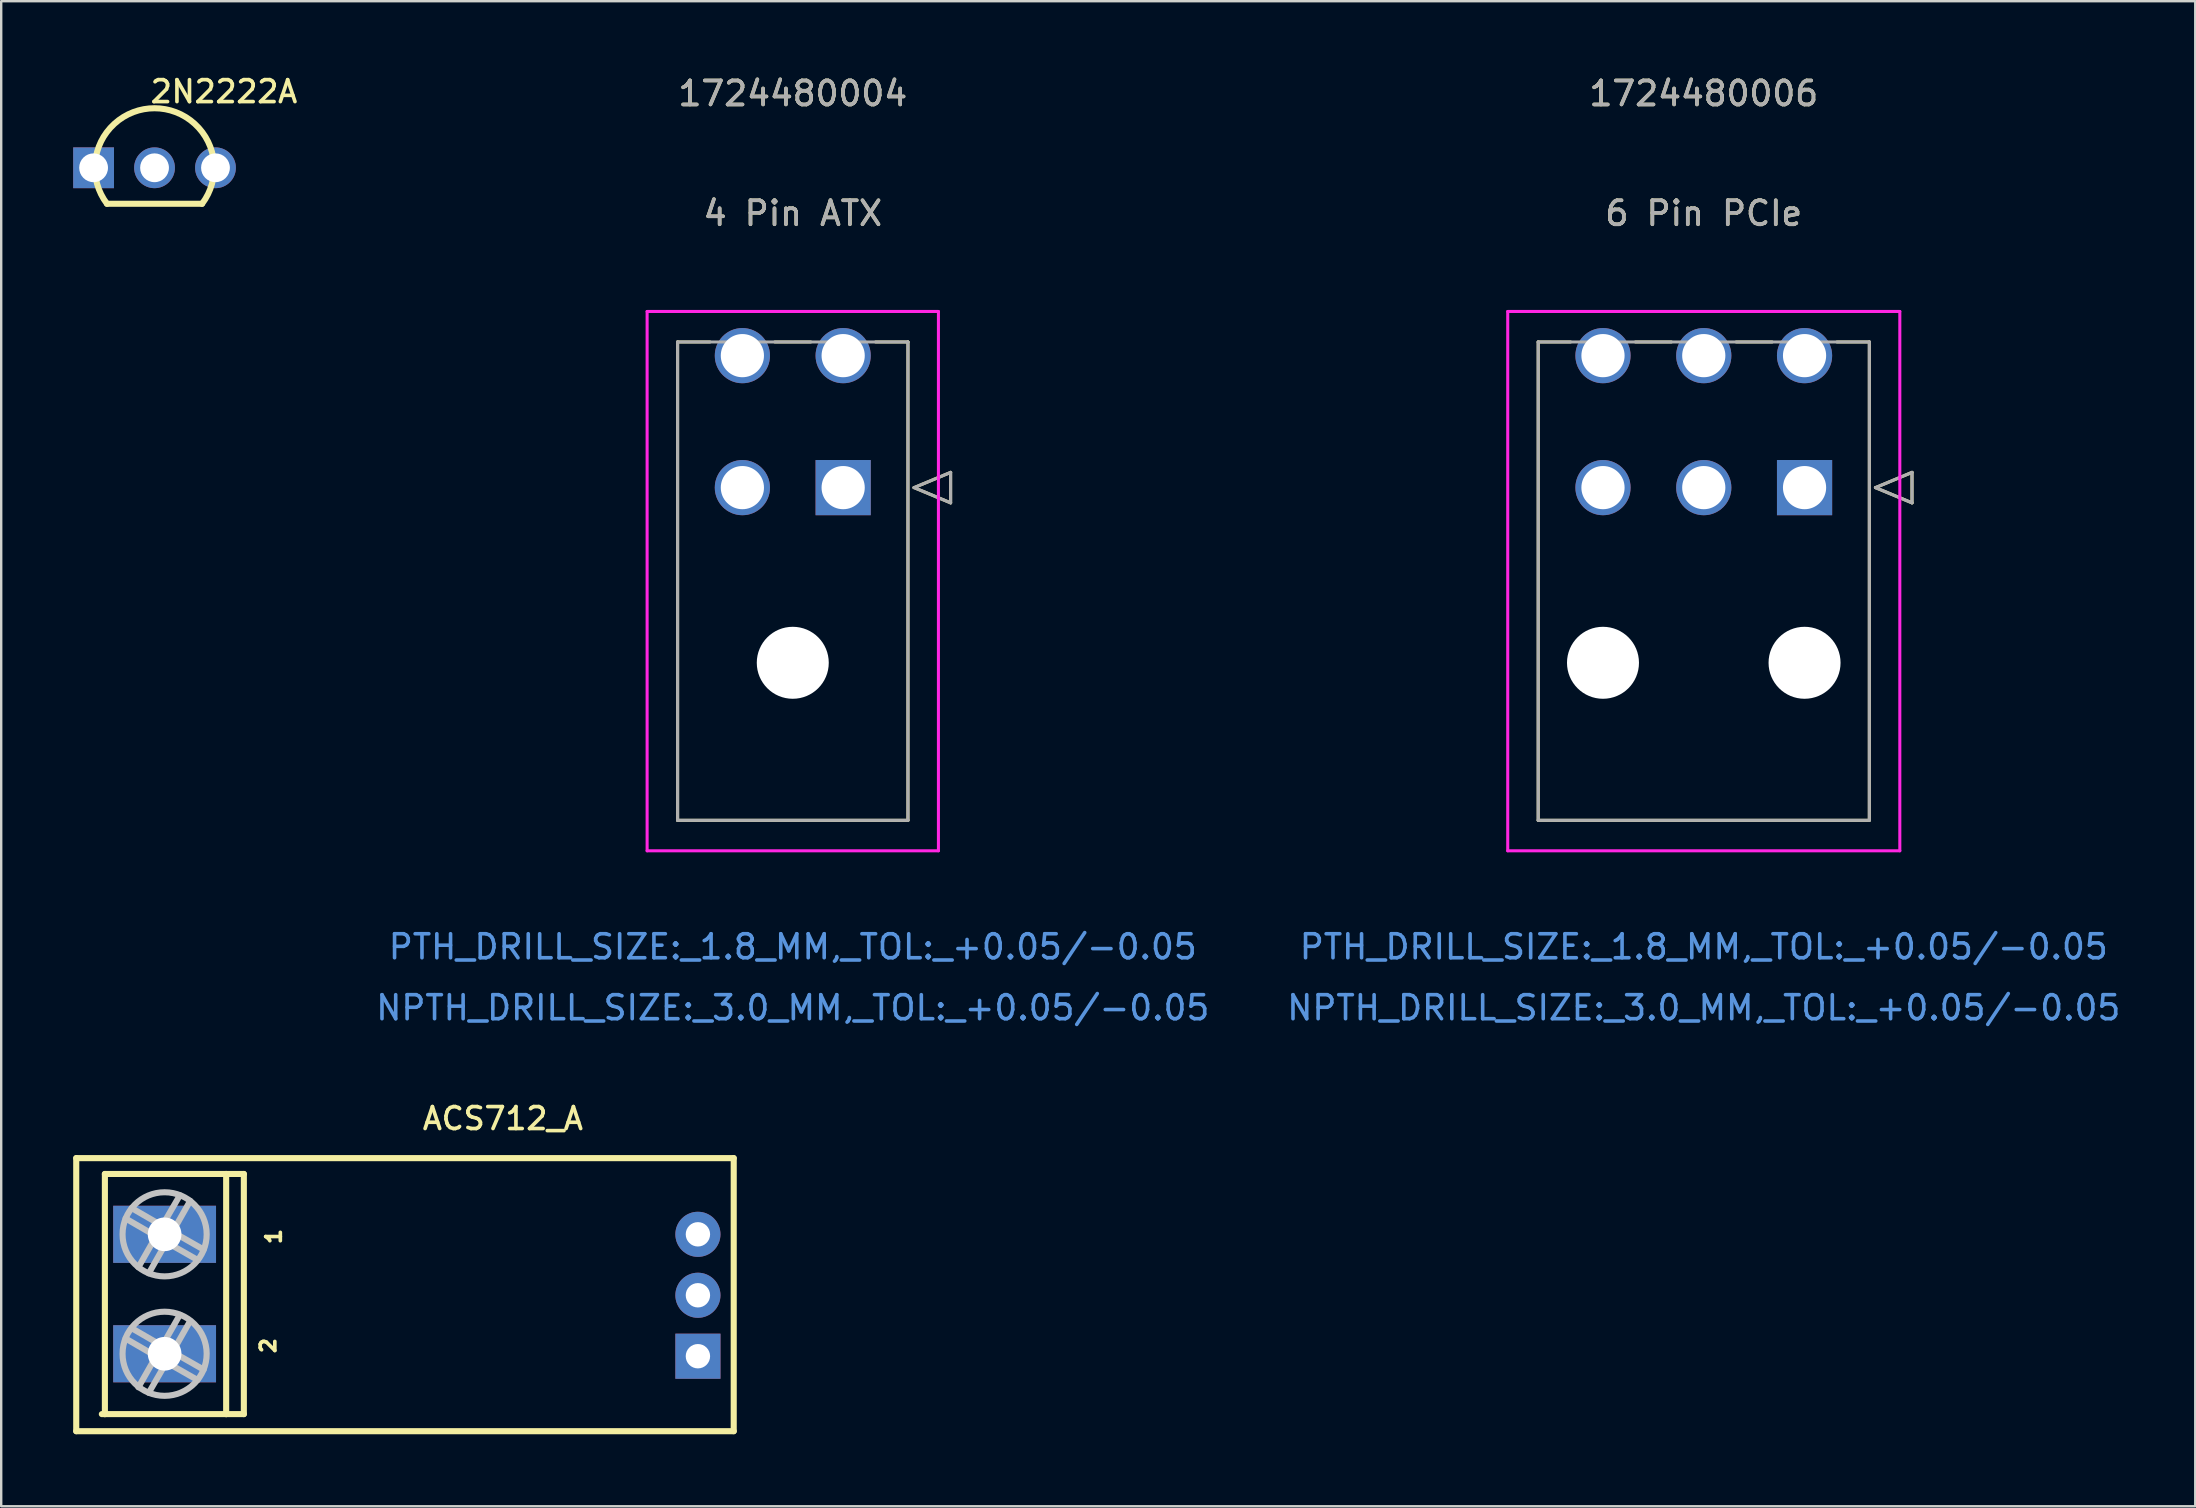
<source format=kicad_pcb>
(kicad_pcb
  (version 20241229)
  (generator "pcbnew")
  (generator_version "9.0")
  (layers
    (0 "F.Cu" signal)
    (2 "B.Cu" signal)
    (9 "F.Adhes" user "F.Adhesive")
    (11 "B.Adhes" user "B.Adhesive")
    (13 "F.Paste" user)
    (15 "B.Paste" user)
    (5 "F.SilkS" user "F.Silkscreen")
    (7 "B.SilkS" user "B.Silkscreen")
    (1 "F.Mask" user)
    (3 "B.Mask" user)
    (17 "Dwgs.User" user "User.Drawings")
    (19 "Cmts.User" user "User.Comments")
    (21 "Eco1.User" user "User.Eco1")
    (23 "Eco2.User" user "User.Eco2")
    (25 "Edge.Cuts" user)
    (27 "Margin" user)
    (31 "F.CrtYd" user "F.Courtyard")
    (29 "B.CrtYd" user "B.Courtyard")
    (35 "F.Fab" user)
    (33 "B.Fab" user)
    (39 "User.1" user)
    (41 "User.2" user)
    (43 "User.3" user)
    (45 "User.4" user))
  (footprint "6 Pin PCIe"
    (layer "F.Cu")
    (at 72.153 17.271)
    (property "Reference" "6 Pin PCIe" (at -4.2 -11.43 0) (unlocked yes) (layer "F.SilkS") (effects (font (size 1 1) (thickness 0.15))))
    (attr through_hole)
    (fp_line (start -11.1 -6.07) (end -11.1 13.865) (stroke (width 0.127) (type solid)) (layer "F.SilkS"))
    (fp_line (start -11.1 13.865) (end 2.7 13.865) (stroke (width 0.127) (type solid)) (layer "F.SilkS"))
    (fp_line (start -9.752 -6.07) (end -11.1 -6.07) (stroke (width 0.127) (type solid)) (layer "F.SilkS"))
    (fp_line (start -5.552 -6.07) (end -7.048 -6.07) (stroke (width 0.127) (type solid)) (layer "F.SilkS"))
    (fp_line (start -1.352 -6.07) (end -2.848 -6.07) (stroke (width 0.127) (type solid)) (layer "F.SilkS"))
    (fp_line (start 2.7 -6.07) (end 1.352 -6.07) (stroke (width 0.127) (type solid)) (layer "F.SilkS"))
    (fp_line (start 2.7 13.865) (end 2.7 -6.07) (stroke (width 0.127) (type solid)) (layer "F.SilkS"))
    (fp_line (start 2.954 0) (end 4.478 -0.635) (stroke (width 0.127) (type solid)) (layer "F.SilkS"))
    (fp_line (start 4.478 -0.635) (end 4.478 0.635) (stroke (width 0.127) (type solid)) (layer "F.SilkS"))
    (fp_line (start 4.478 0.635) (end 2.954 0) (stroke (width 0.127) (type solid)) (layer "F.SilkS"))
    (fp_line (start -12.37 -7.34) (end -12.37 15.135) (stroke (width 0.127) (type solid)) (layer "F.CrtYd"))
    (fp_line (start -12.37 15.135) (end 3.97 15.135) (stroke (width 0.127) (type solid)) (layer "F.CrtYd"))
    (fp_line (start 3.97 -7.34) (end -12.37 -7.34) (stroke (width 0.127) (type solid)) (layer "F.CrtYd"))
    (fp_line (start 3.97 15.135) (end 3.97 -7.34) (stroke (width 0.127) (type solid)) (layer "F.CrtYd"))
    (fp_line (start -11.1 -6.07) (end -11.1 13.865) (stroke (width 0.127) (type solid)) (layer "F.Fab"))
    (fp_line (start -11.1 13.865) (end 2.7 13.865) (stroke (width 0.127) (type solid)) (layer "F.Fab"))
    (fp_line (start 2.7 -6.07) (end -11.1 -6.07) (stroke (width 0.127) (type solid)) (layer "F.Fab"))
    (fp_line (start 2.7 13.865) (end 2.7 -6.07) (stroke (width 0.127) (type solid)) (layer "F.Fab"))
    (fp_line (start 2.954 0) (end 4.478 -0.635) (stroke (width 0.127) (type solid)) (layer "F.Fab"))
    (fp_line (start 4.478 -0.635) (end 4.478 0.635) (stroke (width 0.127) (type solid)) (layer "F.Fab"))
    (fp_line (start 4.478 0.635) (end 2.954 0) (stroke (width 0.127) (type solid)) (layer "F.Fab"))
    (fp_text user "1724480006" (at -4.2 -16.423 0) (unlocked yes) (layer "F.SilkS") (effects (font (size 1 1) (thickness 0.15))))
    (fp_text user "NPTH_DRILL_SIZE:_3.0_MM,_TOL:_+0.05/-0.05" (at -4.2 21.677 0) (unlocked yes) (layer "Cmts.User") (effects (font (size 1 1) (thickness 0.15))))
    (fp_text user "PTH_DRILL_SIZE:_1.8_MM,_TOL:_+0.05/-0.05" (at -4.2 19.137 0) (unlocked yes) (layer "Cmts.User") (effects (font (size 1 1) (thickness 0.15))))
    (fp_text user "1724480006" (at -4.2 -16.423 0) (unlocked yes) (layer "F.Fab") (effects (font (size 1 1) (thickness 0.15))))
    (fp_text user "${REFERENCE}" (at -4.2 -11.43 0) (unlocked yes) (layer "F.Fab") (effects (font (size 1 1) (thickness 0.15))))
    (pad "" np_thru_hole circle (at -8.4 7.3) (size 3 3) (drill 3) (layers "*.Cu" "*.Mask"))
    (pad "" np_thru_hole circle (at 0 7.3) (size 3 3) (drill 3) (layers "*.Cu" "*.Mask"))
    (pad "1" thru_hole rect (at 0 0) (size 2.3 2.3) (drill 1.8) (layers "*.Cu" "*.Mask"))
    (pad "2" thru_hole circle (at -4.2 0) (size 2.3 2.3) (drill 1.8) (layers "*.Cu" "*.Mask"))
    (pad "3" thru_hole circle (at -8.4 0) (size 2.3 2.3) (drill 1.8) (layers "*.Cu" "*.Mask"))
    (pad "4" thru_hole circle (at 0 -5.5) (size 2.3 2.3) (drill 1.8) (layers "*.Cu" "*.Mask"))
    (pad "5" thru_hole circle (at -4.2 -5.5) (size 2.3 2.3) (drill 1.8) (layers "*.Cu" "*.Mask"))
    (pad "6" thru_hole circle (at -8.4 -5.5) (size 2.3 2.3) (drill 1.8) (layers "*.Cu" "*.Mask")))
  (footprint "4 Pin ATX"
    (layer "F.Cu")
    (at 32.088 17.271)
    (property "Reference" "4 Pin ATX" (at -2.1 -11.43 0) (unlocked yes) (layer "F.SilkS") (effects (font (size 1 1) (thickness 0.15))))
    (attr through_hole)
    (fp_line (start -6.9 -6.07) (end -6.9 13.865) (stroke (width 0.127) (type solid)) (layer "F.SilkS"))
    (fp_line (start -6.9 13.865) (end 2.7 13.865) (stroke (width 0.127) (type solid)) (layer "F.SilkS"))
    (fp_line (start -5.552 -6.07) (end -6.9 -6.07) (stroke (width 0.127) (type solid)) (layer "F.SilkS"))
    (fp_line (start -1.352 -6.07) (end -2.848 -6.07) (stroke (width 0.127) (type solid)) (layer "F.SilkS"))
    (fp_line (start 2.7 -6.07) (end 1.352 -6.07) (stroke (width 0.127) (type solid)) (layer "F.SilkS"))
    (fp_line (start 2.7 13.865) (end 2.7 -6.07) (stroke (width 0.127) (type solid)) (layer "F.SilkS"))
    (fp_line (start 2.954 0) (end 4.478 -0.635) (stroke (width 0.127) (type solid)) (layer "F.SilkS"))
    (fp_line (start 4.478 -0.635) (end 4.478 0.635) (stroke (width 0.127) (type solid)) (layer "F.SilkS"))
    (fp_line (start 4.478 0.635) (end 2.954 0) (stroke (width 0.127) (type solid)) (layer "F.SilkS"))
    (fp_line (start -8.17 -7.34) (end -8.17 15.135) (stroke (width 0.127) (type solid)) (layer "F.CrtYd"))
    (fp_line (start -8.17 15.135) (end 3.97 15.135) (stroke (width 0.127) (type solid)) (layer "F.CrtYd"))
    (fp_line (start 3.97 -7.34) (end -8.17 -7.34) (stroke (width 0.127) (type solid)) (layer "F.CrtYd"))
    (fp_line (start 3.97 15.135) (end 3.97 -7.34) (stroke (width 0.127) (type solid)) (layer "F.CrtYd"))
    (fp_line (start -6.9 -6.07) (end -6.9 13.865) (stroke (width 0.127) (type solid)) (layer "F.Fab"))
    (fp_line (start -6.9 13.865) (end 2.7 13.865) (stroke (width 0.127) (type solid)) (layer "F.Fab"))
    (fp_line (start 2.7 -6.07) (end -6.9 -6.07) (stroke (width 0.127) (type solid)) (layer "F.Fab"))
    (fp_line (start 2.7 13.865) (end 2.7 -6.07) (stroke (width 0.127) (type solid)) (layer "F.Fab"))
    (fp_line (start 2.954 0) (end 4.478 -0.635) (stroke (width 0.127) (type solid)) (layer "F.Fab"))
    (fp_line (start 4.478 -0.635) (end 4.478 0.635) (stroke (width 0.127) (type solid)) (layer "F.Fab"))
    (fp_line (start 4.478 0.635) (end 2.954 0) (stroke (width 0.127) (type solid)) (layer "F.Fab"))
    (fp_text user "1724480004" (at -2.1 -16.423 0) (unlocked yes) (layer "F.SilkS") (effects (font (size 1 1) (thickness 0.15))))
    (fp_text user "NPTH_DRILL_SIZE:_3.0_MM,_TOL:_+0.05/-0.05" (at -2.1 21.677 0) (unlocked yes) (layer "Cmts.User") (effects (font (size 1 1) (thickness 0.15))))
    (fp_text user "PTH_DRILL_SIZE:_1.8_MM,_TOL:_+0.05/-0.05" (at -2.1 19.137 0) (unlocked yes) (layer "Cmts.User") (effects (font (size 1 1) (thickness 0.15))))
    (fp_text user "${REFERENCE}" (at -2.1 -11.43 0) (unlocked yes) (layer "F.Fab") (effects (font (size 1 1) (thickness 0.15))))
    (fp_text user "1724480004" (at -2.1 -16.423 0) (unlocked yes) (layer "F.Fab") (effects (font (size 1 1) (thickness 0.15))))
    (pad "" np_thru_hole circle (at -2.1 7.3) (size 3 3) (drill 3) (layers "*.Cu" "*.Mask"))
    (pad "1" thru_hole rect (at 0 0) (size 2.3 2.3) (drill 1.8) (layers "*.Cu" "*.Mask"))
    (pad "2" thru_hole circle (at -4.2 0) (size 2.3 2.3) (drill 1.8) (layers "*.Cu" "*.Mask"))
    (pad "3" thru_hole circle (at 0 -5.5) (size 2.3 2.3) (drill 1.8) (layers "*.Cu" "*.Mask"))
    (pad "4" thru_hole circle (at -4.2 -5.5) (size 2.3 2.3) (drill 1.8) (layers "*.Cu" "*.Mask")))
  (footprint "2N2222A"
    (layer "F.Cu")
    (at 3.39 3.942)
    (property "Reference" "2N2222A" (at -0.254 -3.708 0) (unlocked yes) (layer "F.SilkS") (effects (font (size 0.914 0.914) (thickness 0.152)) (justify left top)))
    (fp_line (start 1.98 1.5) (end -1.98 1.5) (stroke (width 0.254) (type default)) (layer "F.SilkS"))
    (fp_arc (start -1.9812 1.5011) (mid 0 -2.48132) (end 1.9812 1.5011) (stroke (width 0.254) (type default)) (layer "F.SilkS"))
    (pad "1" thru_hole rect (at -2.54 0 270) (size 1.7 1.7) (drill 1.2) (layers "*.Cu" "*.Mask"))
    (pad "2" thru_hole oval (at 0 0 270) (size 1.7 1.7) (drill 1.2) (layers "*.Cu" "*.Mask"))
    (pad "3" thru_hole circle (at 2.54 0 270) (size 1.7 1.7) (drill 1.2) (layers "*.Cu" "*.Mask")))
  (footprint "ACS712_A"
    (layer "F.Cu")
    (at 14.478 50.802)
    (property "Reference" "ACS712_A" (at 0 -7.772 0) (unlocked yes) (layer "F.SilkS") (effects (font (size 0.914 0.914) (thickness 0.152)) (justify left top)))
    (fp_line (start -14.351 -5.588) (end 13.049 -5.588) (stroke (width 0.254) (type default)) (layer "F.SilkS"))
    (fp_line (start -14.351 5.792) (end -14.351 -5.588) (stroke (width 0.254) (type default)) (layer "F.SilkS"))
    (fp_line (start -13.157 -4.928) (end -8.103 -4.928) (stroke (width 0.254) (type default)) (layer "F.SilkS"))
    (fp_line (start -13.157 5.08) (end -13.284 5.08) (stroke (width 0.254) (type default)) (layer "F.SilkS"))
    (fp_line (start -13.157 5.08) (end -13.157 -4.928) (stroke (width 0.254) (type default)) (layer "F.SilkS"))
    (fp_line (start -8.103 -4.928) (end -7.366 -4.928) (stroke (width 0.254) (type default)) (layer "F.SilkS"))
    (fp_line (start -8.103 5.08) (end -13.157 5.08) (stroke (width 0.254) (type default)) (layer "F.SilkS"))
    (fp_line (start -8.103 5.08) (end -8.103 -4.928) (stroke (width 0.254) (type default)) (layer "F.SilkS"))
    (fp_line (start -7.366 -4.928) (end -7.366 5.08) (stroke (width 0.254) (type default)) (layer "F.SilkS"))
    (fp_line (start -7.366 5.08) (end -8.103 5.08) (stroke (width 0.254) (type default)) (layer "F.SilkS"))
    (fp_line (start 13.049 -5.588) (end 13.049 5.792) (stroke (width 0.254) (type default)) (layer "F.SilkS"))
    (fp_line (start 13.049 5.792) (end -14.351 5.792) (stroke (width 0.254) (type default)) (layer "F.SilkS"))
    (fp_line (start -12.04 -3.505) (end -10.77 -2.769) (stroke (width 0.254) (type default)) (layer "Dwgs.User"))
    (fp_line (start -12.04 1.499) (end -10.77 2.235) (stroke (width 0.254) (type default)) (layer "Dwgs.User"))
    (fp_line (start -11.76 -1.041) (end -11.024 -2.337) (stroke (width 0.254) (type default)) (layer "Dwgs.User"))
    (fp_line (start -11.76 3.962) (end -11.024 2.667) (stroke (width 0.254) (type default)) (layer "Dwgs.User"))
    (fp_line (start -11.024 -2.337) (end -12.294 -3.073) (stroke (width 0.254) (type default)) (layer "Dwgs.User"))
    (fp_line (start -11.024 2.667) (end -12.294 1.93) (stroke (width 0.254) (type default)) (layer "Dwgs.User"))
    (fp_line (start -10.77 -2.769) (end -10.033 -4.039) (stroke (width 0.254) (type default)) (layer "Dwgs.User"))
    (fp_line (start -10.77 2.235) (end -10.033 0.94) (stroke (width 0.254) (type default)) (layer "Dwgs.User"))
    (fp_line (start -10.592 -2.083) (end -11.328 -0.787) (stroke (width 0.254) (type default)) (layer "Dwgs.User"))
    (fp_line (start -10.592 2.921) (end -11.328 4.191) (stroke (width 0.254) (type default)) (layer "Dwgs.User"))
    (fp_line (start -10.338 -2.515) (end -9.042 -1.778) (stroke (width 0.254) (type default)) (layer "Dwgs.User"))
    (fp_line (start -10.338 2.489) (end -9.042 3.226) (stroke (width 0.254) (type default)) (layer "Dwgs.User"))
    (fp_line (start -9.601 -3.81) (end -10.338 -2.515) (stroke (width 0.254) (type default)) (layer "Dwgs.User"))
    (fp_line (start -9.601 1.194) (end -10.338 2.489) (stroke (width 0.254) (type default)) (layer "Dwgs.User"))
    (fp_line (start -9.296 -1.346) (end -10.592 -2.083) (stroke (width 0.254) (type default)) (layer "Dwgs.User"))
    (fp_line (start -9.296 3.658) (end -10.592 2.921) (stroke (width 0.254) (type default)) (layer "Dwgs.User"))
    (fp_circle (center -10.668 -2.413) (end -8.915 -2.413) (stroke (width 0.254) (type default)) (fill no) (layer "Dwgs.User"))
    (fp_circle (center -10.668 2.565) (end -8.915 2.565) (stroke (width 0.254) (type default)) (fill no) (layer "Dwgs.User"))
    (fp_text user "2" (at -6.706 2.616 90) (unlocked yes) (layer "F.SilkS") (effects (font (size 0.61 0.61) (thickness 0.152)) (justify left top)))
    (fp_text user "1" (at -6.477 -1.93 90) (unlocked yes) (layer "F.SilkS") (effects (font (size 0.61 0.61) (thickness 0.152)) (justify left top)))
    (pad "1" thru_hole rect (at -10.668 -2.413 180) (size 4.285 2.38) (drill 1.402) (layers "*.Cu" "*.Mask"))
    (pad "2" thru_hole rect (at -10.668 2.565 180) (size 4.285 2.38) (drill 1.402) (layers "*.Cu" "*.Mask"))
    (pad "3" thru_hole oval (at 11.557 -2.413 180) (size 1.88 1.88) (drill 1.016) (layers "*.Cu" "*.Mask"))
    (pad "4" thru_hole oval (at 11.557 0.127 180) (size 1.88 1.88) (drill 1.016) (layers "*.Cu" "*.Mask"))
    (pad "5" thru_hole rect (at 11.557 2.667 180) (size 1.88 1.88) (drill 1.016) (layers "*.Cu" "*.Mask")))
  (gr_rect
    (start -3 -3)
    (end 88.435 59.721)
    (stroke (width 0.1) (type default))
    (fill no)
    (layer "Edge.Cuts")))
</source>
